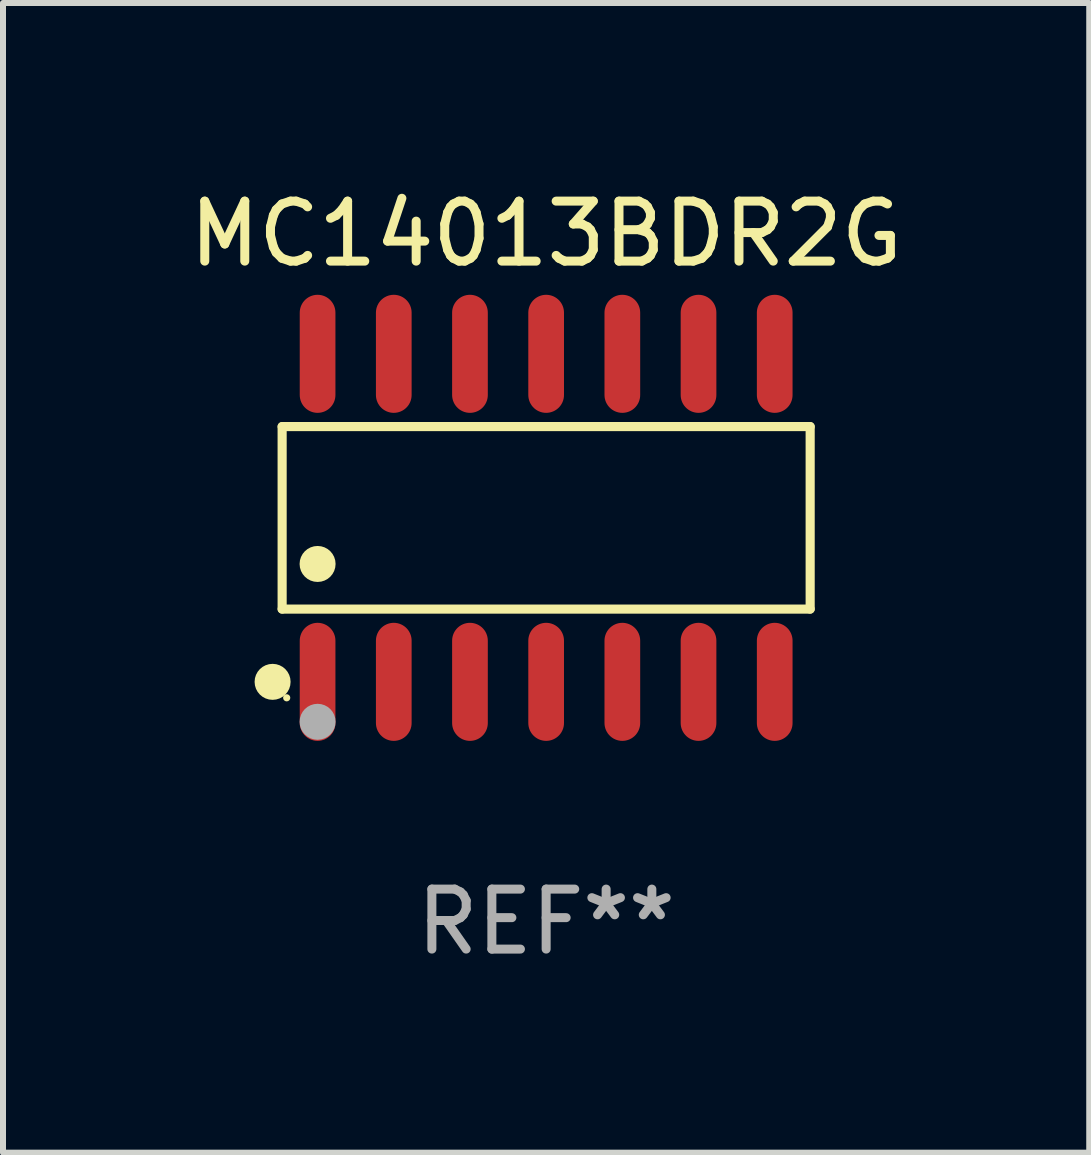
<source format=kicad_pcb>
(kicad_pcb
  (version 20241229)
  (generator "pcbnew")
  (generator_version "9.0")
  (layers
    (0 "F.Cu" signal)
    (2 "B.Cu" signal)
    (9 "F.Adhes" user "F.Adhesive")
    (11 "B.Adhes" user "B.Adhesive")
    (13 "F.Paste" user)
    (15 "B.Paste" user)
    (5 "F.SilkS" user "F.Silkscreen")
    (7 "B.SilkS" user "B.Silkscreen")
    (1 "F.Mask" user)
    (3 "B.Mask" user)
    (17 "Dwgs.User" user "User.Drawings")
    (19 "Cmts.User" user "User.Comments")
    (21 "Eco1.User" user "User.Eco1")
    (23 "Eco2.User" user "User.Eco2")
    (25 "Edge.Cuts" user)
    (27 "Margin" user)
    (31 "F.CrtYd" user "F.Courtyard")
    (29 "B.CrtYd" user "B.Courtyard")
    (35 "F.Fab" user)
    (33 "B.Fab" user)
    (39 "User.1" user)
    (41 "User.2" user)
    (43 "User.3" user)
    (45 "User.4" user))
  (footprint "MC14013BDR2G"
    (layer "F.Cu")
    (at 6.054 5.582)
    (property "Reference" "MC14013BDR2G" (at 0 -4.734 0) (layer "F.SilkS") (effects (font (size 1 1) (thickness 0.15))))
    (attr through_hole)
    (fp_line (start -4.401 -1.521) (end 4.401 -1.521) (stroke (width 0.152) (type solid)) (layer "F.SilkS"))
    (fp_line (start -4.401 1.521) (end -4.401 -1.521) (stroke (width 0.152) (type solid)) (layer "F.SilkS"))
    (fp_line (start 4.401 -1.521) (end 4.401 1.521) (stroke (width 0.152) (type solid)) (layer "F.SilkS"))
    (fp_line (start 4.401 1.521) (end -4.401 1.521) (stroke (width 0.152) (type solid)) (layer "F.SilkS"))
    (fp_circle (center -4.56 2.734) (end -4.41 2.734) (stroke (width 0.3) (type solid)) (fill no) (layer "F.SilkS"))
    (fp_circle (center -4.325 3) (end -4.295 3) (stroke (width 0.06) (type solid)) (fill no) (layer "F.SilkS"))
    (fp_circle (center -3.81 0.769) (end -3.66 0.769) (stroke (width 0.3) (type solid)) (fill no) (layer "F.SilkS"))
    (fp_circle (center -3.81 3.4) (end -3.66 3.4) (stroke (width 0.3) (type solid)) (fill no) (layer "F.Fab"))
    (fp_text user "REF**" (at 0 6.734 0) (layer "F.Fab") (effects (font (size 1 1) (thickness 0.15))))
    (pad "1" smd oval (at -3.81 2.734) (size 0.595 1.968) (layers "F.Cu" "F.Mask" "F.Paste"))
    (pad "2" smd oval (at -2.54 2.734) (size 0.595 1.968) (layers "F.Cu" "F.Mask" "F.Paste"))
    (pad "3" smd oval (at -1.27 2.734) (size 0.595 1.968) (layers "F.Cu" "F.Mask" "F.Paste"))
    (pad "4" smd oval (at 0 2.734) (size 0.595 1.968) (layers "F.Cu" "F.Mask" "F.Paste"))
    (pad "5" smd oval (at 1.27 2.734) (size 0.595 1.968) (layers "F.Cu" "F.Mask" "F.Paste"))
    (pad "6" smd oval (at 2.54 2.734) (size 0.595 1.968) (layers "F.Cu" "F.Mask" "F.Paste"))
    (pad "7" smd oval (at 3.81 2.734) (size 0.595 1.968) (layers "F.Cu" "F.Mask" "F.Paste"))
    (pad "8" smd oval (at 3.81 -2.734) (size 0.595 1.968) (layers "F.Cu" "F.Mask" "F.Paste"))
    (pad "9" smd oval (at 2.54 -2.734) (size 0.595 1.968) (layers "F.Cu" "F.Mask" "F.Paste"))
    (pad "10" smd oval (at 1.27 -2.734) (size 0.595 1.968) (layers "F.Cu" "F.Mask" "F.Paste"))
    (pad "11" smd oval (at 0 -2.734) (size 0.595 1.968) (layers "F.Cu" "F.Mask" "F.Paste"))
    (pad "12" smd oval (at -1.27 -2.734) (size 0.595 1.968) (layers "F.Cu" "F.Mask" "F.Paste"))
    (pad "13" smd oval (at -2.54 -2.734) (size 0.595 1.968) (layers "F.Cu" "F.Mask" "F.Paste"))
    (pad "14" smd oval (at -3.81 -2.734) (size 0.595 1.968) (layers "F.Cu" "F.Mask" "F.Paste")))
  (gr_rect
    (start -3 -3)
    (end 15.107 16.164)
    (stroke (width 0.1) (type default))
    (fill no)
    (layer "Edge.Cuts")))
</source>
